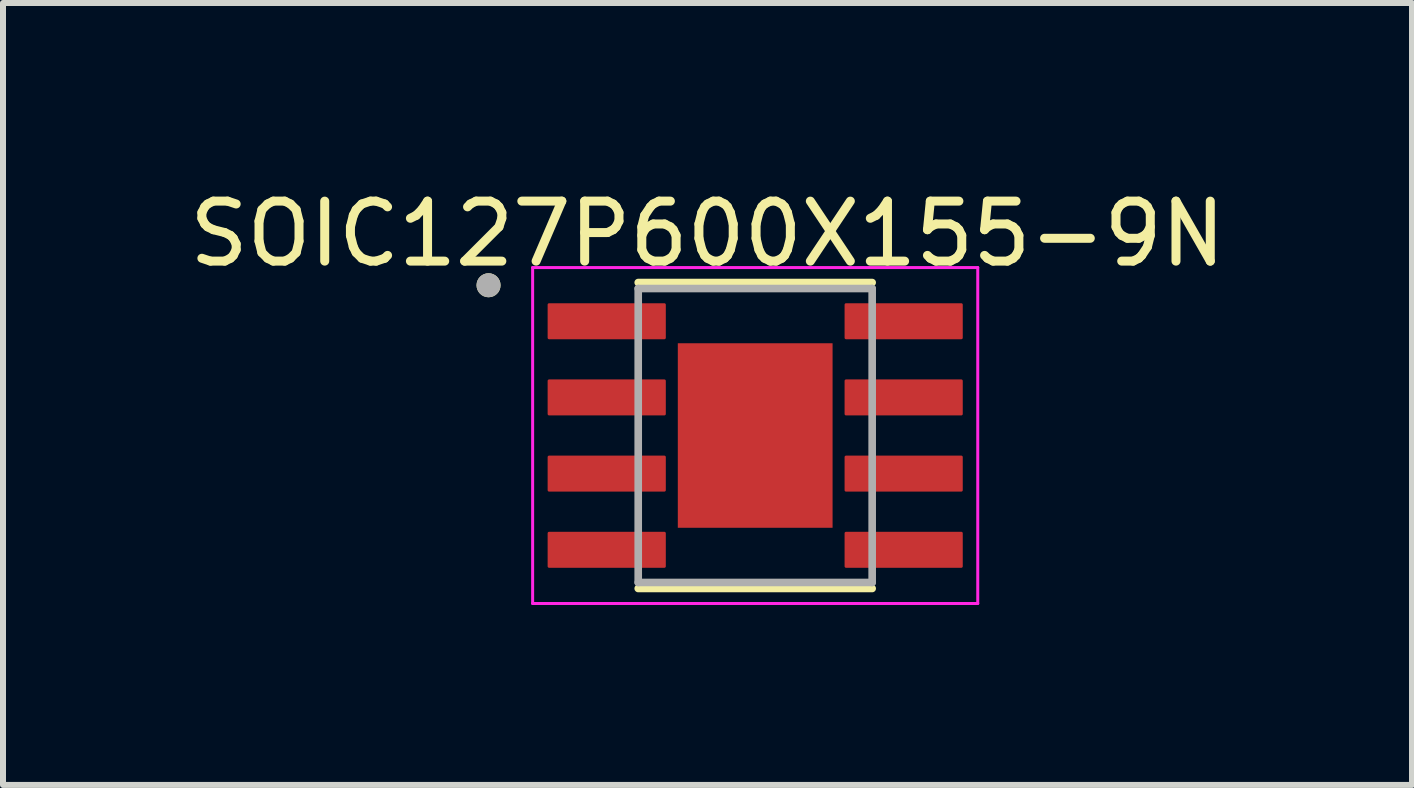
<source format=kicad_pcb>
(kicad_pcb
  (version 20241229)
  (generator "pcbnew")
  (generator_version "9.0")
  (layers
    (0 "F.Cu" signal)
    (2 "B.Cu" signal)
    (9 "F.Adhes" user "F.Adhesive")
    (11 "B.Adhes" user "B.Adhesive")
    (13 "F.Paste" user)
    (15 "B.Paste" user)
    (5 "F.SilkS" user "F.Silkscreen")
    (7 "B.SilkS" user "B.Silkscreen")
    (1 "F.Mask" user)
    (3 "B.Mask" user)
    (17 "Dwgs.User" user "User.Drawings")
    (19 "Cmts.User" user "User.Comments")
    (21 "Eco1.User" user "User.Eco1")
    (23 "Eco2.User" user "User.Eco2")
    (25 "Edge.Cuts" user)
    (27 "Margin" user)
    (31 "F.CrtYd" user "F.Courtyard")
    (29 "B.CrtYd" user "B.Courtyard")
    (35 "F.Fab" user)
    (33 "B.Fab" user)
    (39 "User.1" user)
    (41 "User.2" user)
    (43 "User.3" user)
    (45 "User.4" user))
  (footprint "SOIC127P600X155-9N"
    (layer "F.Cu")
    (at 9.539 4.21)
    (property "Reference" "SOIC127P600X155-9N" (at -0.795 -3.362 0) (layer "F.SilkS") (effects (font (size 1 1) (thickness 0.15))))
    (attr smd)
    (fp_line (start -1.95 -2.55) (end 1.95 -2.55) (stroke (width 0.127) (type solid)) (layer "F.SilkS"))
    (fp_line (start -1.95 2.55) (end 1.95 2.55) (stroke (width 0.127) (type solid)) (layer "F.SilkS"))
    (fp_circle (center -4.445 -2.505) (end -4.345 -2.505) (stroke (width 0.2) (type solid)) (fill no) (layer "F.SilkS"))
    (fp_poly (pts (xy -0.645 -0.769) (xy 0.645 -0.769) (xy 0.645 0.769) (xy -0.645 0.769)) (stroke (width 0.01) (type solid)) (fill yes) (layer "F.Paste"))
    (fp_line (start -3.71 -2.8) (end -3.71 2.8) (stroke (width 0.05) (type solid)) (layer "F.CrtYd"))
    (fp_line (start -3.71 -2.8) (end 3.71 -2.8) (stroke (width 0.05) (type solid)) (layer "F.CrtYd"))
    (fp_line (start -3.71 2.8) (end 3.71 2.8) (stroke (width 0.05) (type solid)) (layer "F.CrtYd"))
    (fp_line (start 3.71 -2.8) (end 3.71 2.8) (stroke (width 0.05) (type solid)) (layer "F.CrtYd"))
    (fp_line (start -1.95 -2.45) (end -1.95 2.45) (stroke (width 0.127) (type solid)) (layer "F.Fab"))
    (fp_line (start -1.95 -2.45) (end 1.95 -2.45) (stroke (width 0.127) (type solid)) (layer "F.Fab"))
    (fp_line (start -1.95 2.45) (end 1.95 2.45) (stroke (width 0.127) (type solid)) (layer "F.Fab"))
    (fp_line (start 1.95 -2.45) (end 1.95 2.45) (stroke (width 0.127) (type solid)) (layer "F.Fab"))
    (fp_circle (center -4.445 -2.505) (end -4.345 -2.505) (stroke (width 0.2) (type solid)) (fill no) (layer "F.Fab"))
    (pad "1" smd roundrect (at -2.475 -1.905) (size 1.97 0.6) (layers "F.Cu" "F.Mask" "F.Paste") (roundrect_rratio 0.04))
    (pad "2" smd roundrect (at -2.475 -0.635) (size 1.97 0.6) (layers "F.Cu" "F.Mask" "F.Paste") (roundrect_rratio 0.04))
    (pad "3" smd roundrect (at -2.475 0.635) (size 1.97 0.6) (layers "F.Cu" "F.Mask" "F.Paste") (roundrect_rratio 0.04))
    (pad "4" smd roundrect (at -2.475 1.905) (size 1.97 0.6) (layers "F.Cu" "F.Mask" "F.Paste") (roundrect_rratio 0.04))
    (pad "5" smd roundrect (at 2.475 1.905) (size 1.97 0.6) (layers "F.Cu" "F.Mask" "F.Paste") (roundrect_rratio 0.04))
    (pad "6" smd roundrect (at 2.475 0.635) (size 1.97 0.6) (layers "F.Cu" "F.Mask" "F.Paste") (roundrect_rratio 0.04))
    (pad "7" smd roundrect (at 2.475 -0.635) (size 1.97 0.6) (layers "F.Cu" "F.Mask" "F.Paste") (roundrect_rratio 0.04))
    (pad "8" smd roundrect (at 2.475 -1.905) (size 1.97 0.6) (layers "F.Cu" "F.Mask" "F.Paste") (roundrect_rratio 0.04))
    (pad "9" smd rect (at 0 0) (size 2.58 3.076) (layers "F.Cu" "F.Mask")))
  (gr_rect
    (start -3 -3)
    (end 20.488 10.035)
    (stroke (width 0.1) (type default))
    (fill no)
    (layer "Edge.Cuts")))
</source>
